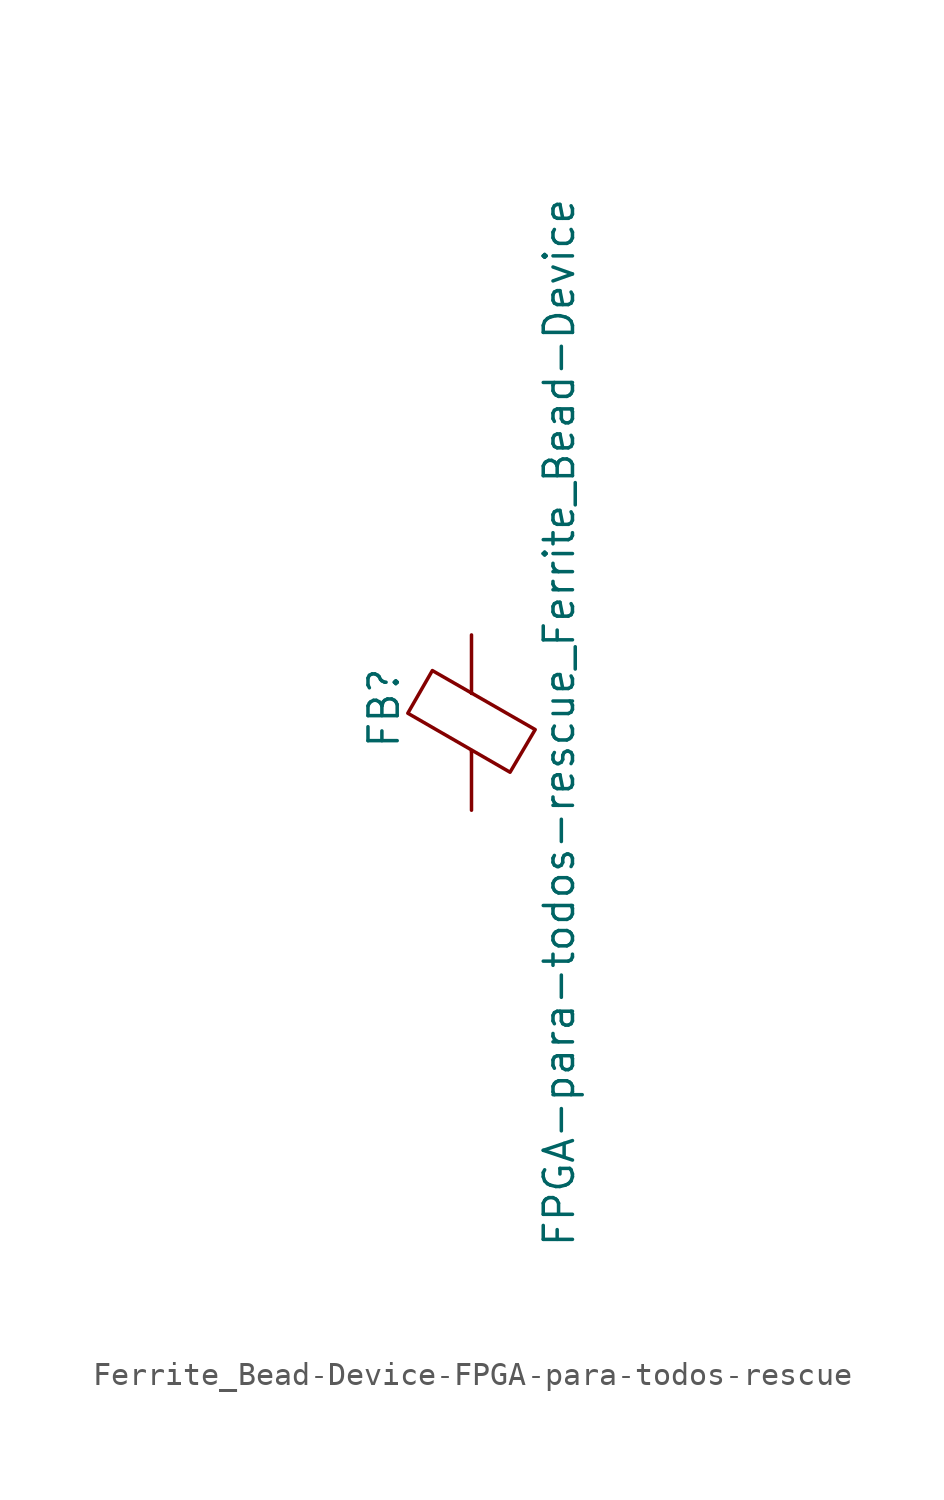
<source format=kicad_sym>
(kicad_symbol_lib
  (version 20231120)
  (generator "kicad_symbol_editor")
  (generator_version "8.0")
  (symbol "Ferrite_Bead-Device-FPGA-para-todos-rescue"
    (pin_numbers hide)
    (pin_names
      (offset 0))
    (property "Reference" "FB"
      (at -3.81 0.635 90)
      (effects (font (size 1.27 1.27))))
    (property "Value" "FPGA-para-todos-rescue_Ferrite_Bead-Device"
      (at 3.81 0 90)
      (effects (font (size 1.27 1.27))))
    (symbol "Ferrite_Bead-Device-FPGA-para-todos-rescue_0_1"
      (polyline (pts (xy 0 -1.27) (xy 0 -1.219)) (stroke (width 0) (type solid)) (fill (type none)))
      (polyline (pts (xy 0 1.27) (xy 0 1.295)) (stroke (width 0) (type solid)) (fill (type none)))
      (polyline (pts (xy -2.769 0.406) (xy -1.702 2.261) (xy 2.769 -0.305) (xy 1.676 -2.159) (xy -2.769 0.406)) (stroke (width 0) (type solid)) (fill (type none))))
    (symbol "Ferrite_Bead-Device-FPGA-para-todos-rescue_1_1"
      (pin passive line (at 0 3.81 270) (length 2.54) (name "~" (effects (font (size 1.27 1.27)))) (number "1" (effects (font (size 1.27 1.27)))))
      (pin passive line (at 0 -3.81 90) (length 2.54) (name "~" (effects (font (size 1.27 1.27)))) (number "2" (effects (font (size 1.27 1.27))))))))
</source>
